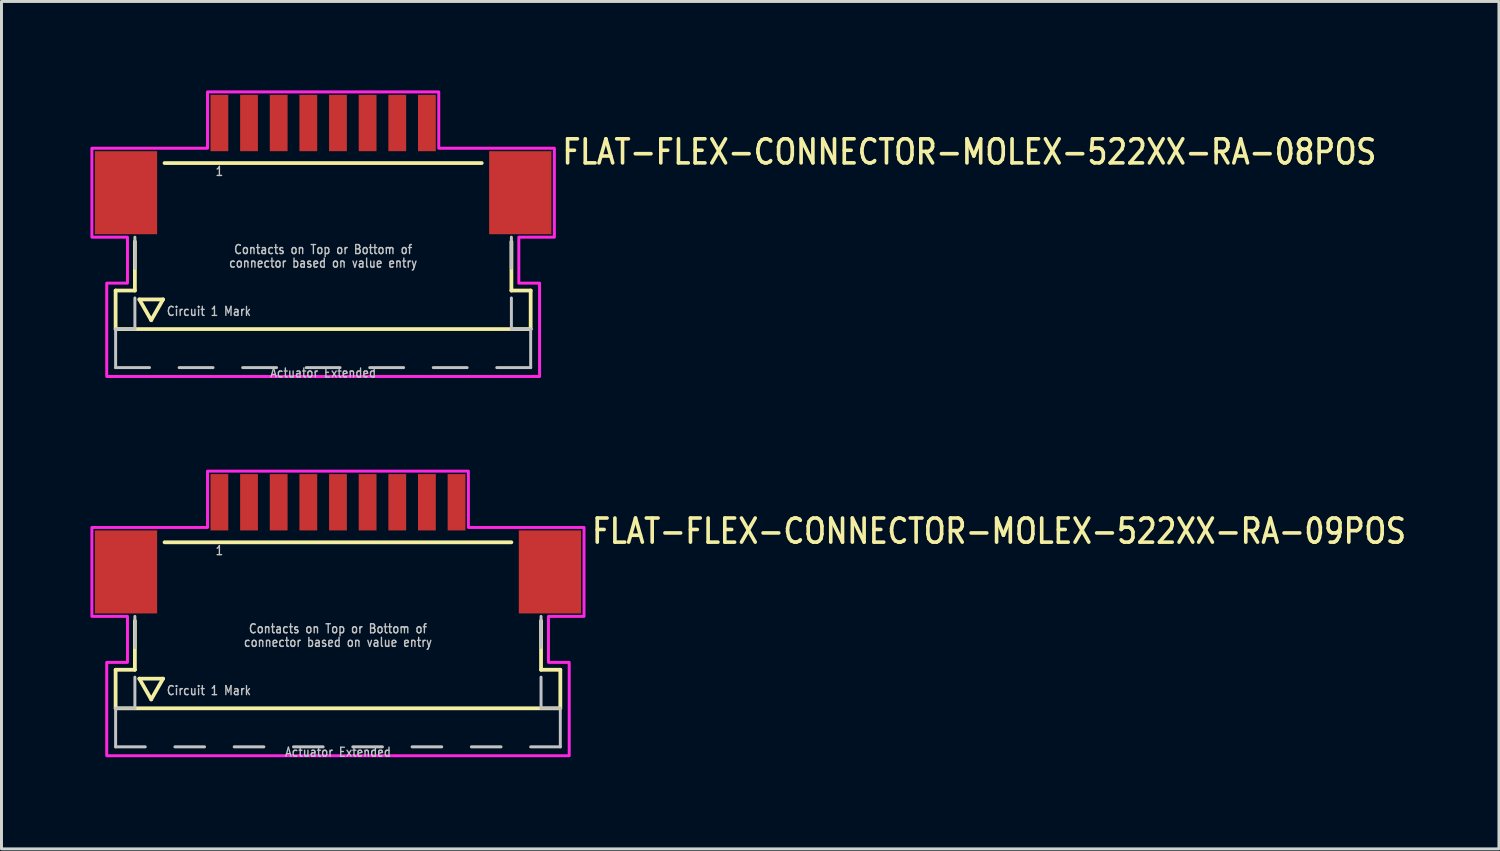
<source format=kicad_pcb>
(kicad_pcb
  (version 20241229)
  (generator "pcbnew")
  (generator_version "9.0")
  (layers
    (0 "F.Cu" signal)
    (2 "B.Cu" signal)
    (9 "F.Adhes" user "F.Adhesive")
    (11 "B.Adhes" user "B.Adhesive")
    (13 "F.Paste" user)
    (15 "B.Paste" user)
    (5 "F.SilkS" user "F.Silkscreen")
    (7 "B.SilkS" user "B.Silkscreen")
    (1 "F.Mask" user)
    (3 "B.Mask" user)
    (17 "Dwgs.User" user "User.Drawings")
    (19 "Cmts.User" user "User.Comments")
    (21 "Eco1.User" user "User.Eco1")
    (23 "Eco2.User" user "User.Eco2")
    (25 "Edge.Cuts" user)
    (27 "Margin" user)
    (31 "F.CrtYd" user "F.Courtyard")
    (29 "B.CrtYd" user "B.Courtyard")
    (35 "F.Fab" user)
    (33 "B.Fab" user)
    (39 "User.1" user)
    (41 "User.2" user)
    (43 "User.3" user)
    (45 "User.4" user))
  (footprint "FLAT-FLEX-CONNECTOR-MOLEX-522XX-RA-08POS"
    (layer "F.Cu")
    (at 7.85 2.05)
    (property "Reference" "FLAT-FLEX-CONNECTOR-MOLEX-522XX-RA-08POS" (at 8 0.5 0) (unlocked yes) (layer "F.SilkS") (effects (font (size 0.813 0.695) (thickness 0.122)) (justify left bottom)))
    (fp_line (start -7 4.7) (end -7 6) (stroke (width 0.127) (type solid)) (layer "F.SilkS"))
    (fp_line (start -7 6) (end 7 6) (stroke (width 0.127) (type solid)) (layer "F.SilkS"))
    (fp_line (start -6.35 3.05) (end -6.35 4.7) (stroke (width 0.127) (type solid)) (layer "F.SilkS"))
    (fp_line (start -6.35 4.7) (end -7 4.7) (stroke (width 0.127) (type solid)) (layer "F.SilkS"))
    (fp_line (start -6.2 5) (end -5.4 5) (stroke (width 0.127) (type solid)) (layer "F.SilkS"))
    (fp_line (start -5.8 5.7) (end -6.2 5) (stroke (width 0.127) (type solid)) (layer "F.SilkS"))
    (fp_line (start -5.4 5) (end -5.8 5.7) (stroke (width 0.127) (type solid)) (layer "F.SilkS"))
    (fp_line (start -5.35 0.4) (end 5.35 0.4) (stroke (width 0.127) (type solid)) (layer "F.SilkS"))
    (fp_line (start 6.35 3.05) (end 6.35 4.7) (stroke (width 0.127) (type solid)) (layer "F.SilkS"))
    (fp_line (start 7 4.7) (end 6.35 4.7) (stroke (width 0.127) (type solid)) (layer "F.SilkS"))
    (fp_line (start 7 6) (end 7 4.7) (stroke (width 0.127) (type solid)) (layer "F.SilkS"))
    (fp_line (start -7 6) (end -7 7.3) (stroke (width 0.1) (type solid)) (layer "Dwgs.User"))
    (fp_line (start -7 7.3) (end -5.857 7.3) (stroke (width 0.1) (type solid)) (layer "Dwgs.User"))
    (fp_line (start -6.35 2.9) (end -6.35 3.95) (stroke (width 0.1) (type solid)) (layer "Dwgs.User"))
    (fp_line (start -6.35 4.95) (end -6.35 6) (stroke (width 0.1) (type solid)) (layer "Dwgs.User"))
    (fp_line (start -6.35 6) (end -7 6) (stroke (width 0.1) (type solid)) (layer "Dwgs.User"))
    (fp_line (start -4.857 7.3) (end -3.714 7.3) (stroke (width 0.1) (type solid)) (layer "Dwgs.User"))
    (fp_line (start -2.714 7.3) (end -1.571 7.3) (stroke (width 0.1) (type solid)) (layer "Dwgs.User"))
    (fp_line (start -0.571 7.3) (end 0.571 7.3) (stroke (width 0.1) (type solid)) (layer "Dwgs.User"))
    (fp_line (start 1.571 7.3) (end 2.714 7.3) (stroke (width 0.1) (type solid)) (layer "Dwgs.User"))
    (fp_line (start 3.714 7.3) (end 4.857 7.3) (stroke (width 0.1) (type solid)) (layer "Dwgs.User"))
    (fp_line (start 5.857 7.3) (end 7 7.3) (stroke (width 0.1) (type solid)) (layer "Dwgs.User"))
    (fp_line (start 6.35 2.9) (end 6.35 3.95) (stroke (width 0.1) (type solid)) (layer "Dwgs.User"))
    (fp_line (start 6.35 4.95) (end 6.35 6) (stroke (width 0.1) (type solid)) (layer "Dwgs.User"))
    (fp_line (start 7 6) (end 6.35 6) (stroke (width 0.1) (type solid)) (layer "Dwgs.User"))
    (fp_line (start 7 7.3) (end 7 6) (stroke (width 0.1) (type solid)) (layer "Dwgs.User"))
    (fp_poly (pts (xy -7.8 2.9) (xy -7.8 -0.1) (xy -3.9 -0.1) (xy -3.9 -2) (xy 3.9 -2) (xy 3.9 -0.1) (xy 7.8 -0.1) (xy 7.8 2.9) (xy 6.6 2.9) (xy 6.6 4.45) (xy 7.3 4.45) (xy 7.3 7.6) (xy -7.3 7.6) (xy -7.3 4.45) (xy -6.6 4.45) (xy -6.6 2.9)) (stroke (width 0.1) (type solid)) (fill no) (layer "F.CrtYd"))
    (fp_text user "Actuator Extended" (at 0 7.3 0) (unlocked yes) (layer "Dwgs.User") (effects (font (size 0.305 0.261) (thickness 0.046)) (justify top)))
    (fp_text user "Circuit 1 Mark" (at -5.3 5.4 0) (unlocked yes) (layer "Dwgs.User") (effects (font (size 0.305 0.261) (thickness 0.046)) (justify left)))
    (fp_text user "1" (at -3.5 0.5 0) (unlocked yes) (layer "Dwgs.User") (effects (font (size 0.305 0.261) (thickness 0.046)) (justify top)))
    (fp_text user "connector based on value entry" (at 0 3.95 0) (unlocked yes) (layer "Dwgs.User") (effects (font (size 0.305 0.261) (thickness 0.046)) (justify bottom)))
    (fp_text user "Contacts on Top or Bottom of" (at 0 3.493 0) (unlocked yes) (layer "Dwgs.User") (effects (font (size 0.305 0.261) (thickness 0.046)) (justify bottom)))
    (pad "M1" smd rect (at -6.65 1.4) (size 2.1 2.8) (layers "F.Cu" "F.Mask" "F.Paste"))
    (pad "M2" smd rect (at 6.65 1.4) (size 2.1 2.8) (layers "F.Cu" "F.Mask" "F.Paste"))
    (pad "P$1" smd rect (at -3.5 -0.95) (size 0.6 1.9) (layers "F.Cu" "F.Mask" "F.Paste"))
    (pad "P$2" smd rect (at -2.5 -0.95) (size 0.6 1.9) (layers "F.Cu" "F.Mask" "F.Paste"))
    (pad "P$3" smd rect (at -1.5 -0.95) (size 0.6 1.9) (layers "F.Cu" "F.Mask" "F.Paste"))
    (pad "P$4" smd rect (at -0.5 -0.95) (size 0.6 1.9) (layers "F.Cu" "F.Mask" "F.Paste"))
    (pad "P$5" smd rect (at 0.5 -0.95) (size 0.6 1.9) (layers "F.Cu" "F.Mask" "F.Paste"))
    (pad "P$6" smd rect (at 1.5 -0.95) (size 0.6 1.9) (layers "F.Cu" "F.Mask" "F.Paste"))
    (pad "P$7" smd rect (at 2.5 -0.95) (size 0.6 1.9) (layers "F.Cu" "F.Mask" "F.Paste"))
    (pad "P$8" smd rect (at 3.5 -0.95) (size 0.6 1.9) (layers "F.Cu" "F.Mask" "F.Paste")))
  (footprint "FLAT-FLEX-CONNECTOR-MOLEX-522XX-RA-09POS"
    (layer "F.Cu")
    (at 8.35 14.842)
    (property "Reference" "FLAT-FLEX-CONNECTOR-MOLEX-522XX-RA-09POS" (at 8.5 0.5 0) (unlocked yes) (layer "F.SilkS") (effects (font (size 0.813 0.695) (thickness 0.122)) (justify left bottom)))
    (fp_line (start -7.5 4.7) (end -7.5 6) (stroke (width 0.127) (type solid)) (layer "F.SilkS"))
    (fp_line (start -7.5 6) (end 7.5 6) (stroke (width 0.127) (type solid)) (layer "F.SilkS"))
    (fp_line (start -6.85 3.05) (end -6.85 4.7) (stroke (width 0.127) (type solid)) (layer "F.SilkS"))
    (fp_line (start -6.85 4.7) (end -7.5 4.7) (stroke (width 0.127) (type solid)) (layer "F.SilkS"))
    (fp_line (start -6.7 5) (end -5.9 5) (stroke (width 0.127) (type solid)) (layer "F.SilkS"))
    (fp_line (start -6.3 5.7) (end -6.7 5) (stroke (width 0.127) (type solid)) (layer "F.SilkS"))
    (fp_line (start -5.9 5) (end -6.3 5.7) (stroke (width 0.127) (type solid)) (layer "F.SilkS"))
    (fp_line (start -5.85 0.4) (end 5.85 0.4) (stroke (width 0.127) (type solid)) (layer "F.SilkS"))
    (fp_line (start 6.85 3.05) (end 6.85 4.7) (stroke (width 0.127) (type solid)) (layer "F.SilkS"))
    (fp_line (start 7.5 4.7) (end 6.85 4.7) (stroke (width 0.127) (type solid)) (layer "F.SilkS"))
    (fp_line (start 7.5 6) (end 7.5 4.7) (stroke (width 0.127) (type solid)) (layer "F.SilkS"))
    (fp_line (start -7.5 6) (end -7.5 7.3) (stroke (width 0.1) (type solid)) (layer "Dwgs.User"))
    (fp_line (start -7.5 7.3) (end -6.5 7.3) (stroke (width 0.1) (type solid)) (layer "Dwgs.User"))
    (fp_line (start -6.85 2.9) (end -6.85 3.95) (stroke (width 0.1) (type solid)) (layer "Dwgs.User"))
    (fp_line (start -6.85 4.95) (end -6.85 6) (stroke (width 0.1) (type solid)) (layer "Dwgs.User"))
    (fp_line (start -6.85 6) (end -7.5 6) (stroke (width 0.1) (type solid)) (layer "Dwgs.User"))
    (fp_line (start -5.5 7.3) (end -4.5 7.3) (stroke (width 0.1) (type solid)) (layer "Dwgs.User"))
    (fp_line (start -3.5 7.3) (end -2.5 7.3) (stroke (width 0.1) (type solid)) (layer "Dwgs.User"))
    (fp_line (start -1.5 7.3) (end -0.5 7.3) (stroke (width 0.1) (type solid)) (layer "Dwgs.User"))
    (fp_line (start 0.5 7.3) (end 1.5 7.3) (stroke (width 0.1) (type solid)) (layer "Dwgs.User"))
    (fp_line (start 2.5 7.3) (end 3.5 7.3) (stroke (width 0.1) (type solid)) (layer "Dwgs.User"))
    (fp_line (start 4.5 7.3) (end 5.5 7.3) (stroke (width 0.1) (type solid)) (layer "Dwgs.User"))
    (fp_line (start 6.5 7.3) (end 7.5 7.3) (stroke (width 0.1) (type solid)) (layer "Dwgs.User"))
    (fp_line (start 6.85 2.9) (end 6.85 3.95) (stroke (width 0.1) (type solid)) (layer "Dwgs.User"))
    (fp_line (start 6.85 4.95) (end 6.85 6) (stroke (width 0.1) (type solid)) (layer "Dwgs.User"))
    (fp_line (start 7.5 6) (end 6.85 6) (stroke (width 0.1) (type solid)) (layer "Dwgs.User"))
    (fp_line (start 7.5 7.3) (end 7.5 6) (stroke (width 0.1) (type solid)) (layer "Dwgs.User"))
    (fp_poly (pts (xy -8.3 2.9) (xy -8.3 -0.1) (xy -4.4 -0.1) (xy -4.4 -2) (xy 4.4 -2) (xy 4.4 -0.1) (xy 8.3 -0.1) (xy 8.3 2.9) (xy 7.1 2.9) (xy 7.1 4.45) (xy 7.8 4.45) (xy 7.8 7.6) (xy -7.8 7.6) (xy -7.8 4.45) (xy -7.1 4.45) (xy -7.1 2.9)) (stroke (width 0.1) (type solid)) (fill no) (layer "F.CrtYd"))
    (fp_text user "1" (at -4 0.5 0) (unlocked yes) (layer "Dwgs.User") (effects (font (size 0.305 0.261) (thickness 0.046)) (justify top)))
    (fp_text user "Contacts on Top or Bottom of" (at 0 3.493 0) (unlocked yes) (layer "Dwgs.User") (effects (font (size 0.305 0.261) (thickness 0.046)) (justify bottom)))
    (fp_text user "Actuator Extended" (at 0 7.3 0) (unlocked yes) (layer "Dwgs.User") (effects (font (size 0.305 0.261) (thickness 0.046)) (justify top)))
    (fp_text user "connector based on value entry" (at 0 3.95 0) (unlocked yes) (layer "Dwgs.User") (effects (font (size 0.305 0.261) (thickness 0.046)) (justify bottom)))
    (fp_text user "Circuit 1 Mark" (at -5.8 5.4 0) (unlocked yes) (layer "Dwgs.User") (effects (font (size 0.305 0.261) (thickness 0.046)) (justify left)))
    (pad "M1" smd rect (at -7.15 1.4) (size 2.1 2.8) (layers "F.Cu" "F.Mask" "F.Paste"))
    (pad "M2" smd rect (at 7.15 1.4) (size 2.1 2.8) (layers "F.Cu" "F.Mask" "F.Paste"))
    (pad "P$1" smd rect (at -4 -0.95) (size 0.6 1.9) (layers "F.Cu" "F.Mask" "F.Paste"))
    (pad "P$2" smd rect (at -3 -0.95) (size 0.6 1.9) (layers "F.Cu" "F.Mask" "F.Paste"))
    (pad "P$3" smd rect (at -2 -0.95) (size 0.6 1.9) (layers "F.Cu" "F.Mask" "F.Paste"))
    (pad "P$4" smd rect (at -1 -0.95) (size 0.6 1.9) (layers "F.Cu" "F.Mask" "F.Paste"))
    (pad "P$5" smd rect (at 0 -0.95) (size 0.6 1.9) (layers "F.Cu" "F.Mask" "F.Paste"))
    (pad "P$6" smd rect (at 1 -0.95) (size 0.6 1.9) (layers "F.Cu" "F.Mask" "F.Paste"))
    (pad "P$7" smd rect (at 2 -0.95) (size 0.6 1.9) (layers "F.Cu" "F.Mask" "F.Paste"))
    (pad "P$8" smd rect (at 3 -0.95) (size 0.6 1.9) (layers "F.Cu" "F.Mask" "F.Paste"))
    (pad "P$9" smd rect (at 4 -0.95) (size 0.6 1.9) (layers "F.Cu" "F.Mask" "F.Paste")))
  (gr_rect
    (start -3 -3)
    (end 47.511 25.584)
    (stroke (width 0.1) (type default))
    (fill no)
    (layer "Edge.Cuts")))
</source>
